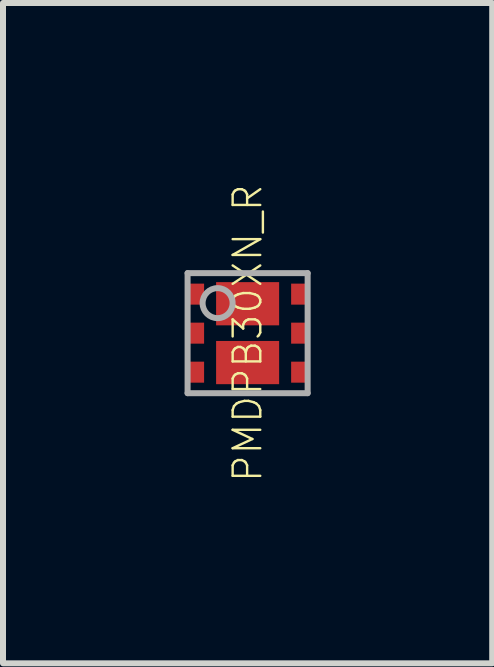
<source format=kicad_pcb>
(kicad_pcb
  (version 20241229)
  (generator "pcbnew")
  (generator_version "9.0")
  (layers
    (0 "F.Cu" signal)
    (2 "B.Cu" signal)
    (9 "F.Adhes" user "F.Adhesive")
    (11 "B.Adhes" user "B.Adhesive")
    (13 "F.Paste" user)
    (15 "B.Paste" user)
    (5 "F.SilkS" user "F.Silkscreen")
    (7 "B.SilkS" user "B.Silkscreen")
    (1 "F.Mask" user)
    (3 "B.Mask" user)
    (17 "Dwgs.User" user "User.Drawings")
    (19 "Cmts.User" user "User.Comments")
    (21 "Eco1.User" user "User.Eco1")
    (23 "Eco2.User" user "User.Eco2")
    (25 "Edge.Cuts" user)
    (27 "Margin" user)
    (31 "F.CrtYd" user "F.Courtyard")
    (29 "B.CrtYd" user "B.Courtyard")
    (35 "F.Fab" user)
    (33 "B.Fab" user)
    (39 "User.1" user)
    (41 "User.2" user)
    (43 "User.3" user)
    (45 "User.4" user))
  (footprint "PMDPB30XN_R"
    (layer "F.Cu")
    (at 1.075 2.5)
    (property "Reference" "PMDPB30XN_R" (at 0 0 90) (unlocked yes) (layer "F.SilkS") (effects (font (size 0.46 0.46) (thickness 0.04))))
    (fp_poly (pts (xy -1.075 -0.875) (xy -1.075 -0.425) (xy -0.675 -0.425) (xy -0.675 -0.875)) (stroke (width 0) (type default)) (fill yes) (layer "F.Mask"))
    (fp_poly (pts (xy -1.075 -0.225) (xy -1.075 0.225) (xy -0.675 0.225) (xy -0.675 -0.225)) (stroke (width 0) (type default)) (fill yes) (layer "F.Mask"))
    (fp_poly (pts (xy -1.075 0.425) (xy -1.075 0.875) (xy -0.675 0.875) (xy -0.675 0.425)) (stroke (width 0) (type default)) (fill yes) (layer "F.Mask"))
    (fp_poly (pts (xy -0.575 -0.902) (xy -0.575 -0.077) (xy 0.575 -0.077) (xy 0.575 -0.902)) (stroke (width 0) (type default)) (fill yes) (layer "F.Mask"))
    (fp_poly (pts (xy -0.575 0.077) (xy -0.575 0.902) (xy 0.575 0.902) (xy 0.575 0.077)) (stroke (width 0) (type default)) (fill yes) (layer "F.Mask"))
    (fp_poly (pts (xy 0.675 -0.875) (xy 0.675 -0.425) (xy 1.075 -0.425) (xy 1.075 -0.875)) (stroke (width 0) (type default)) (fill yes) (layer "F.Mask"))
    (fp_poly (pts (xy 0.675 -0.225) (xy 0.675 0.225) (xy 1.075 0.225) (xy 1.075 -0.225)) (stroke (width 0) (type default)) (fill yes) (layer "F.Mask"))
    (fp_poly (pts (xy 0.675 0.425) (xy 0.675 0.875) (xy 1.075 0.875) (xy 1.075 0.425)) (stroke (width 0) (type default)) (fill yes) (layer "F.Mask"))
    (fp_poly (pts (xy -0.525 -0.13) (xy -0.05 -0.13) (xy -0.05 -0.85) (xy -0.525 -0.85)) (stroke (width 0) (type default)) (fill yes) (layer "F.Paste"))
    (fp_poly (pts (xy -0.525 0.85) (xy -0.05 0.85) (xy -0.05 0.13) (xy -0.525 0.13)) (stroke (width 0) (type default)) (fill yes) (layer "F.Paste"))
    (fp_poly (pts (xy 0.05 -0.13) (xy 0.525 -0.13) (xy 0.525 -0.85) (xy 0.05 -0.85)) (stroke (width 0) (type default)) (fill yes) (layer "F.Paste"))
    (fp_poly (pts (xy 0.05 0.85) (xy 0.525 0.85) (xy 0.525 0.13) (xy 0.05 0.13)) (stroke (width 0) (type default)) (fill yes) (layer "F.Paste"))
    (fp_line (start -1 -1) (end -1 1) (stroke (width 0.1) (type solid)) (layer "F.Fab"))
    (fp_line (start -1 1) (end 1 1) (stroke (width 0.1) (type solid)) (layer "F.Fab"))
    (fp_line (start 1 -1) (end -1 -1) (stroke (width 0.1) (type solid)) (layer "F.Fab"))
    (fp_line (start 1 1) (end 1 -1) (stroke (width 0.1) (type solid)) (layer "F.Fab"))
    (fp_circle (center -0.5 -0.5) (end -0.25 -0.5) (stroke (width 0.1) (type solid)) (fill no) (layer "F.Fab"))
    (pad "1" smd rect (at -0.875 -0.65 270) (size 0.35 0.3) (layers "F.Cu" "F.Paste"))
    (pad "2" smd rect (at -0.875 0 270) (size 0.35 0.3) (layers "F.Cu" "F.Paste"))
    (pad "3" smd rect (at -0.875 0.65 270) (size 0.35 0.3) (layers "F.Cu" "F.Paste"))
    (pad "4" smd rect (at 0.875 0.65 270) (size 0.35 0.3) (layers "F.Cu" "F.Paste"))
    (pad "5" smd rect (at 0.875 0 270) (size 0.35 0.3) (layers "F.Cu" "F.Paste"))
    (pad "6" smd rect (at 0.875 -0.65 270) (size 0.35 0.3) (layers "F.Cu" "F.Paste"))
    (pad "7" smd rect (at 0 -0.49 270) (size 0.72 1.05) (layers "F.Cu"))
    (pad "8" smd rect (at 0 0.49 270) (size 0.72 1.05) (layers "F.Cu")))
  (gr_rect
    (start -3 -3)
    (end 5.15 8)
    (stroke (width 0.1) (type default))
    (fill no)
    (layer "Edge.Cuts")))
</source>
